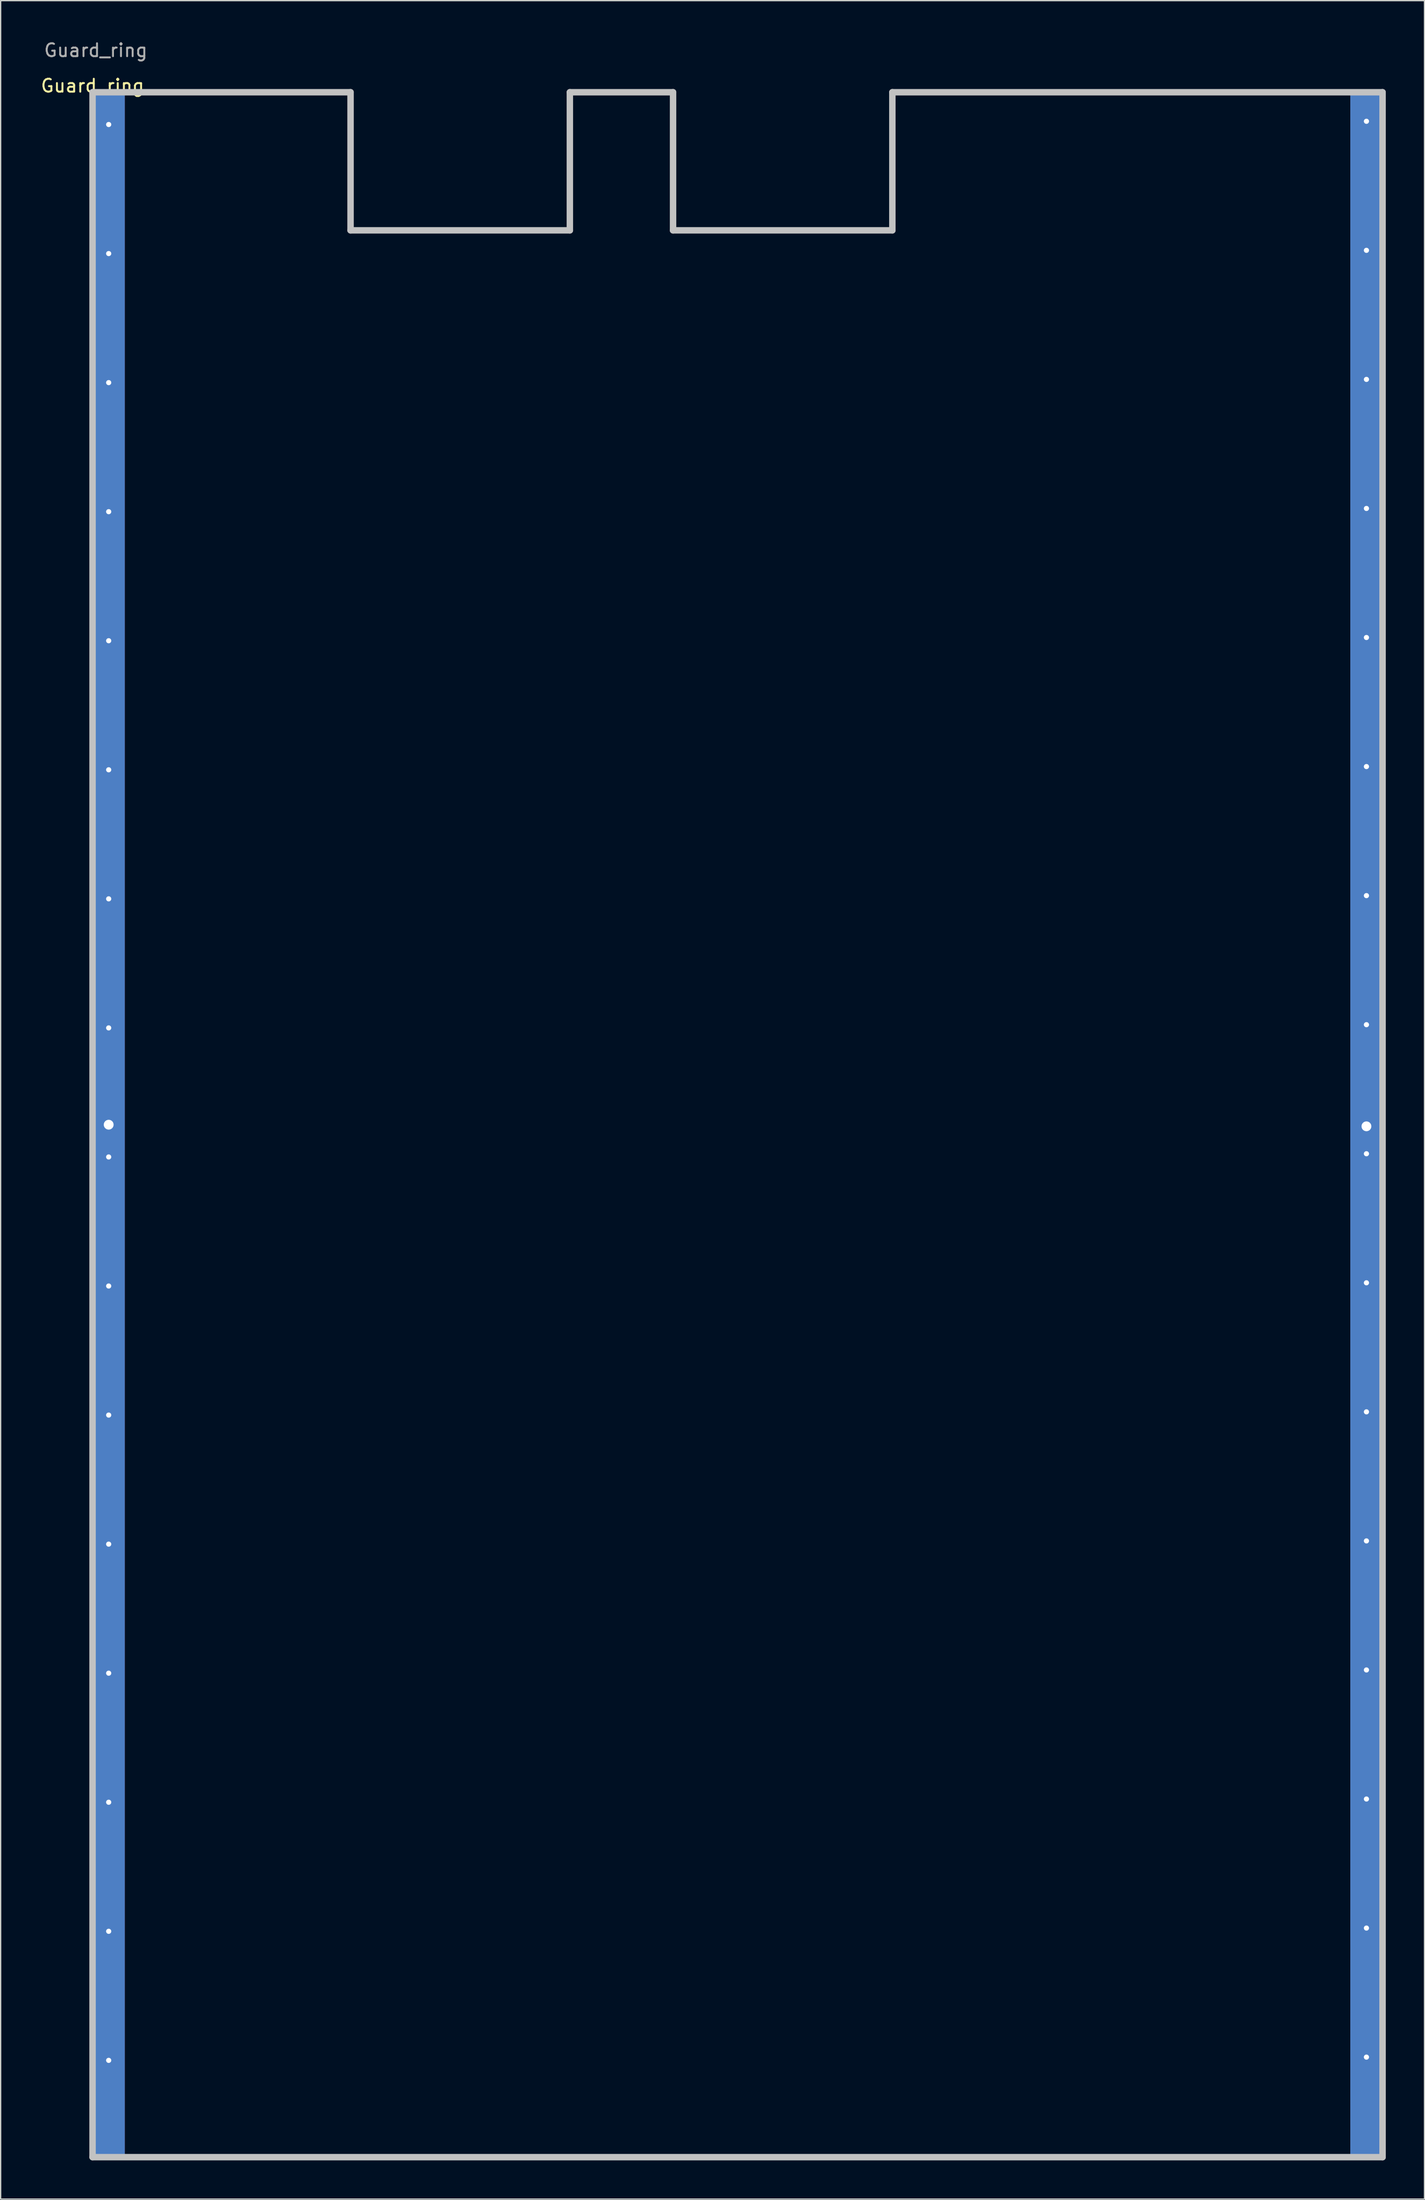
<source format=kicad_pcb>
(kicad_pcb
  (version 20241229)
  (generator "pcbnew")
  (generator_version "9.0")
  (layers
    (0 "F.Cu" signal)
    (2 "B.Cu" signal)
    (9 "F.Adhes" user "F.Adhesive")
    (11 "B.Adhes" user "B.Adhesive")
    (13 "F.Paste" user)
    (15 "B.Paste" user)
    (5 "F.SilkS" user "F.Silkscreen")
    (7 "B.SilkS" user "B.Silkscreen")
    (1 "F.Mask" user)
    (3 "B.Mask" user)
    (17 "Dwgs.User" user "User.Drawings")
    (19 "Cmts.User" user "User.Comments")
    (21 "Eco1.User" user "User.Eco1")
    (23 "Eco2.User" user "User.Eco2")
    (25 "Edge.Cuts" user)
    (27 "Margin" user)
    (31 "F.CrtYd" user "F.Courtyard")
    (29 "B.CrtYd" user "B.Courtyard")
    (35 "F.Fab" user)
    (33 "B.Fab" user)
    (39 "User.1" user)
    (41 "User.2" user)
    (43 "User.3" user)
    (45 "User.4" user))
  (footprint "Guard_ring"
    (layer "F.Cu")
    (at 4.125 4.098)
    (property "Reference" "Guard_ring" (at 0 -0.5 0) (unlocked yes) (layer "F.SilkS") (effects (font (size 1 1) (thickness 0.15))))
    (attr through_hole exclude_from_pos_files exclude_from_bom allow_missing_courtyard)
    (fp_line (start 0 0) (end 0 160) (stroke (width 0.5) (type solid)) (layer "Dwgs.User"))
    (fp_line (start 0 0) (end 20 0) (stroke (width 0.5) (type solid)) (layer "Dwgs.User"))
    (fp_line (start 0 160) (end 100 160) (stroke (width 0.5) (type solid)) (layer "Dwgs.User"))
    (fp_line (start 20 0) (end 20 10.7) (stroke (width 0.5) (type solid)) (layer "Dwgs.User"))
    (fp_line (start 20 10.7) (end 37 10.7) (stroke (width 0.5) (type solid)) (layer "Dwgs.User"))
    (fp_line (start 37 0) (end 37 10.7) (stroke (width 0.5) (type solid)) (layer "Dwgs.User"))
    (fp_line (start 37 0) (end 45 0) (stroke (width 0.5) (type solid)) (layer "Dwgs.User"))
    (fp_line (start 45 0) (end 45 10.7) (stroke (width 0.5) (type solid)) (layer "Dwgs.User"))
    (fp_line (start 45 10.7) (end 62 10.7) (stroke (width 0.5) (type solid)) (layer "Dwgs.User"))
    (fp_line (start 62 0) (end 62 10.7) (stroke (width 0.5) (type solid)) (layer "Dwgs.User"))
    (fp_line (start 62 0) (end 100 0) (stroke (width 0.5) (type solid)) (layer "Dwgs.User"))
    (fp_line (start 100 160) (end 100 0) (stroke (width 0.5) (type solid)) (layer "Dwgs.User"))
    (fp_text user "${REFERENCE}" (at 0.25 -3.25 0) (unlocked yes) (layer "F.Fab") (effects (font (size 1 1) (thickness 0.15))))
    (pad "1" thru_hole circle (at 1.25 2.5) (size 0.8 0.8) (drill 0.4) (layers "*.Cu" "*.Mask"))
    (pad "1" thru_hole circle (at 1.25 12.5) (size 0.8 0.8) (drill 0.4) (layers "*.Cu" "*.Mask"))
    (pad "1" thru_hole circle (at 1.25 22.5) (size 0.8 0.8) (drill 0.4) (layers "*.Cu" "*.Mask"))
    (pad "1" thru_hole circle (at 1.25 32.5) (size 0.8 0.8) (drill 0.4) (layers "*.Cu" "*.Mask"))
    (pad "1" thru_hole circle (at 1.25 42.5) (size 0.8 0.8) (drill 0.4) (layers "*.Cu" "*.Mask"))
    (pad "1" thru_hole circle (at 1.25 52.5) (size 0.8 0.8) (drill 0.4) (layers "*.Cu" "*.Mask"))
    (pad "1" thru_hole circle (at 1.25 62.5) (size 0.8 0.8) (drill 0.4) (layers "*.Cu" "*.Mask"))
    (pad "1" thru_hole circle (at 1.25 72.5) (size 0.8 0.8) (drill 0.4) (layers "*.Cu" "*.Mask"))
    (pad "1" thru_hole rect (at 1.25 80) (size 2.5 160) (drill 0.762) (property pad_prop_castellated) (layers "*.Cu" "*.Mask"))
    (pad "1" thru_hole circle (at 1.25 82.5) (size 0.8 0.8) (drill 0.4) (layers "*.Cu" "*.Mask"))
    (pad "1" thru_hole circle (at 1.25 92.5) (size 0.8 0.8) (drill 0.4) (layers "*.Cu" "*.Mask"))
    (pad "1" thru_hole circle (at 1.25 102.5) (size 0.8 0.8) (drill 0.4) (layers "*.Cu" "*.Mask"))
    (pad "1" thru_hole circle (at 1.25 112.5) (size 0.8 0.8) (drill 0.4) (layers "*.Cu" "*.Mask"))
    (pad "1" thru_hole circle (at 1.25 122.5) (size 0.8 0.8) (drill 0.4) (layers "*.Cu" "*.Mask"))
    (pad "1" thru_hole circle (at 1.25 132.5) (size 0.8 0.8) (drill 0.4) (layers "*.Cu" "*.Mask"))
    (pad "1" thru_hole circle (at 1.25 142.5) (size 0.8 0.8) (drill 0.4) (layers "*.Cu" "*.Mask"))
    (pad "1" thru_hole circle (at 1.25 152.5) (size 0.8 0.8) (drill 0.4) (layers "*.Cu" "*.Mask"))
    (pad "1" thru_hole circle (at 98.75 2.25) (size 0.8 0.8) (drill 0.4) (layers "*.Cu" "*.Mask"))
    (pad "1" thru_hole circle (at 98.75 12.25) (size 0.8 0.8) (drill 0.4) (layers "*.Cu" "*.Mask"))
    (pad "1" thru_hole circle (at 98.75 22.25) (size 0.8 0.8) (drill 0.4) (layers "*.Cu" "*.Mask"))
    (pad "1" thru_hole circle (at 98.75 32.25) (size 0.8 0.8) (drill 0.4) (layers "*.Cu" "*.Mask"))
    (pad "1" thru_hole circle (at 98.75 42.25) (size 0.8 0.8) (drill 0.4) (layers "*.Cu" "*.Mask"))
    (pad "1" thru_hole circle (at 98.75 52.25) (size 0.8 0.8) (drill 0.4) (layers "*.Cu" "*.Mask"))
    (pad "1" thru_hole circle (at 98.75 62.25) (size 0.8 0.8) (drill 0.4) (layers "*.Cu" "*.Mask"))
    (pad "1" thru_hole circle (at 98.75 72.25) (size 0.8 0.8) (drill 0.4) (layers "*.Cu" "*.Mask"))
    (pad "1" thru_hole rect (at 98.75 80.125) (size 2.5 160) (drill 0.762 (offset 0 -0.125)) (property pad_prop_castellated) (layers "*.Cu" "*.Mask"))
    (pad "1" thru_hole circle (at 98.75 82.25) (size 0.8 0.8) (drill 0.4) (layers "*.Cu" "*.Mask"))
    (pad "1" thru_hole circle (at 98.75 92.25) (size 0.8 0.8) (drill 0.4) (layers "*.Cu" "*.Mask"))
    (pad "1" thru_hole circle (at 98.75 102.25) (size 0.8 0.8) (drill 0.4) (layers "*.Cu" "*.Mask"))
    (pad "1" thru_hole circle (at 98.75 112.25) (size 0.8 0.8) (drill 0.4) (layers "*.Cu" "*.Mask"))
    (pad "1" thru_hole circle (at 98.75 122.25) (size 0.8 0.8) (drill 0.4) (layers "*.Cu" "*.Mask"))
    (pad "1" thru_hole circle (at 98.75 132.25) (size 0.8 0.8) (drill 0.4) (layers "*.Cu" "*.Mask"))
    (pad "1" thru_hole circle (at 98.75 142.25) (size 0.8 0.8) (drill 0.4) (layers "*.Cu" "*.Mask"))
    (pad "1" thru_hole circle (at 98.75 152.25) (size 0.8 0.8) (drill 0.4) (layers "*.Cu" "*.Mask")))
  (gr_rect
    (start -3 -3)
    (end 107.375 167.348)
    (stroke (width 0.1) (type default))
    (fill no)
    (layer "Edge.Cuts")))
</source>
